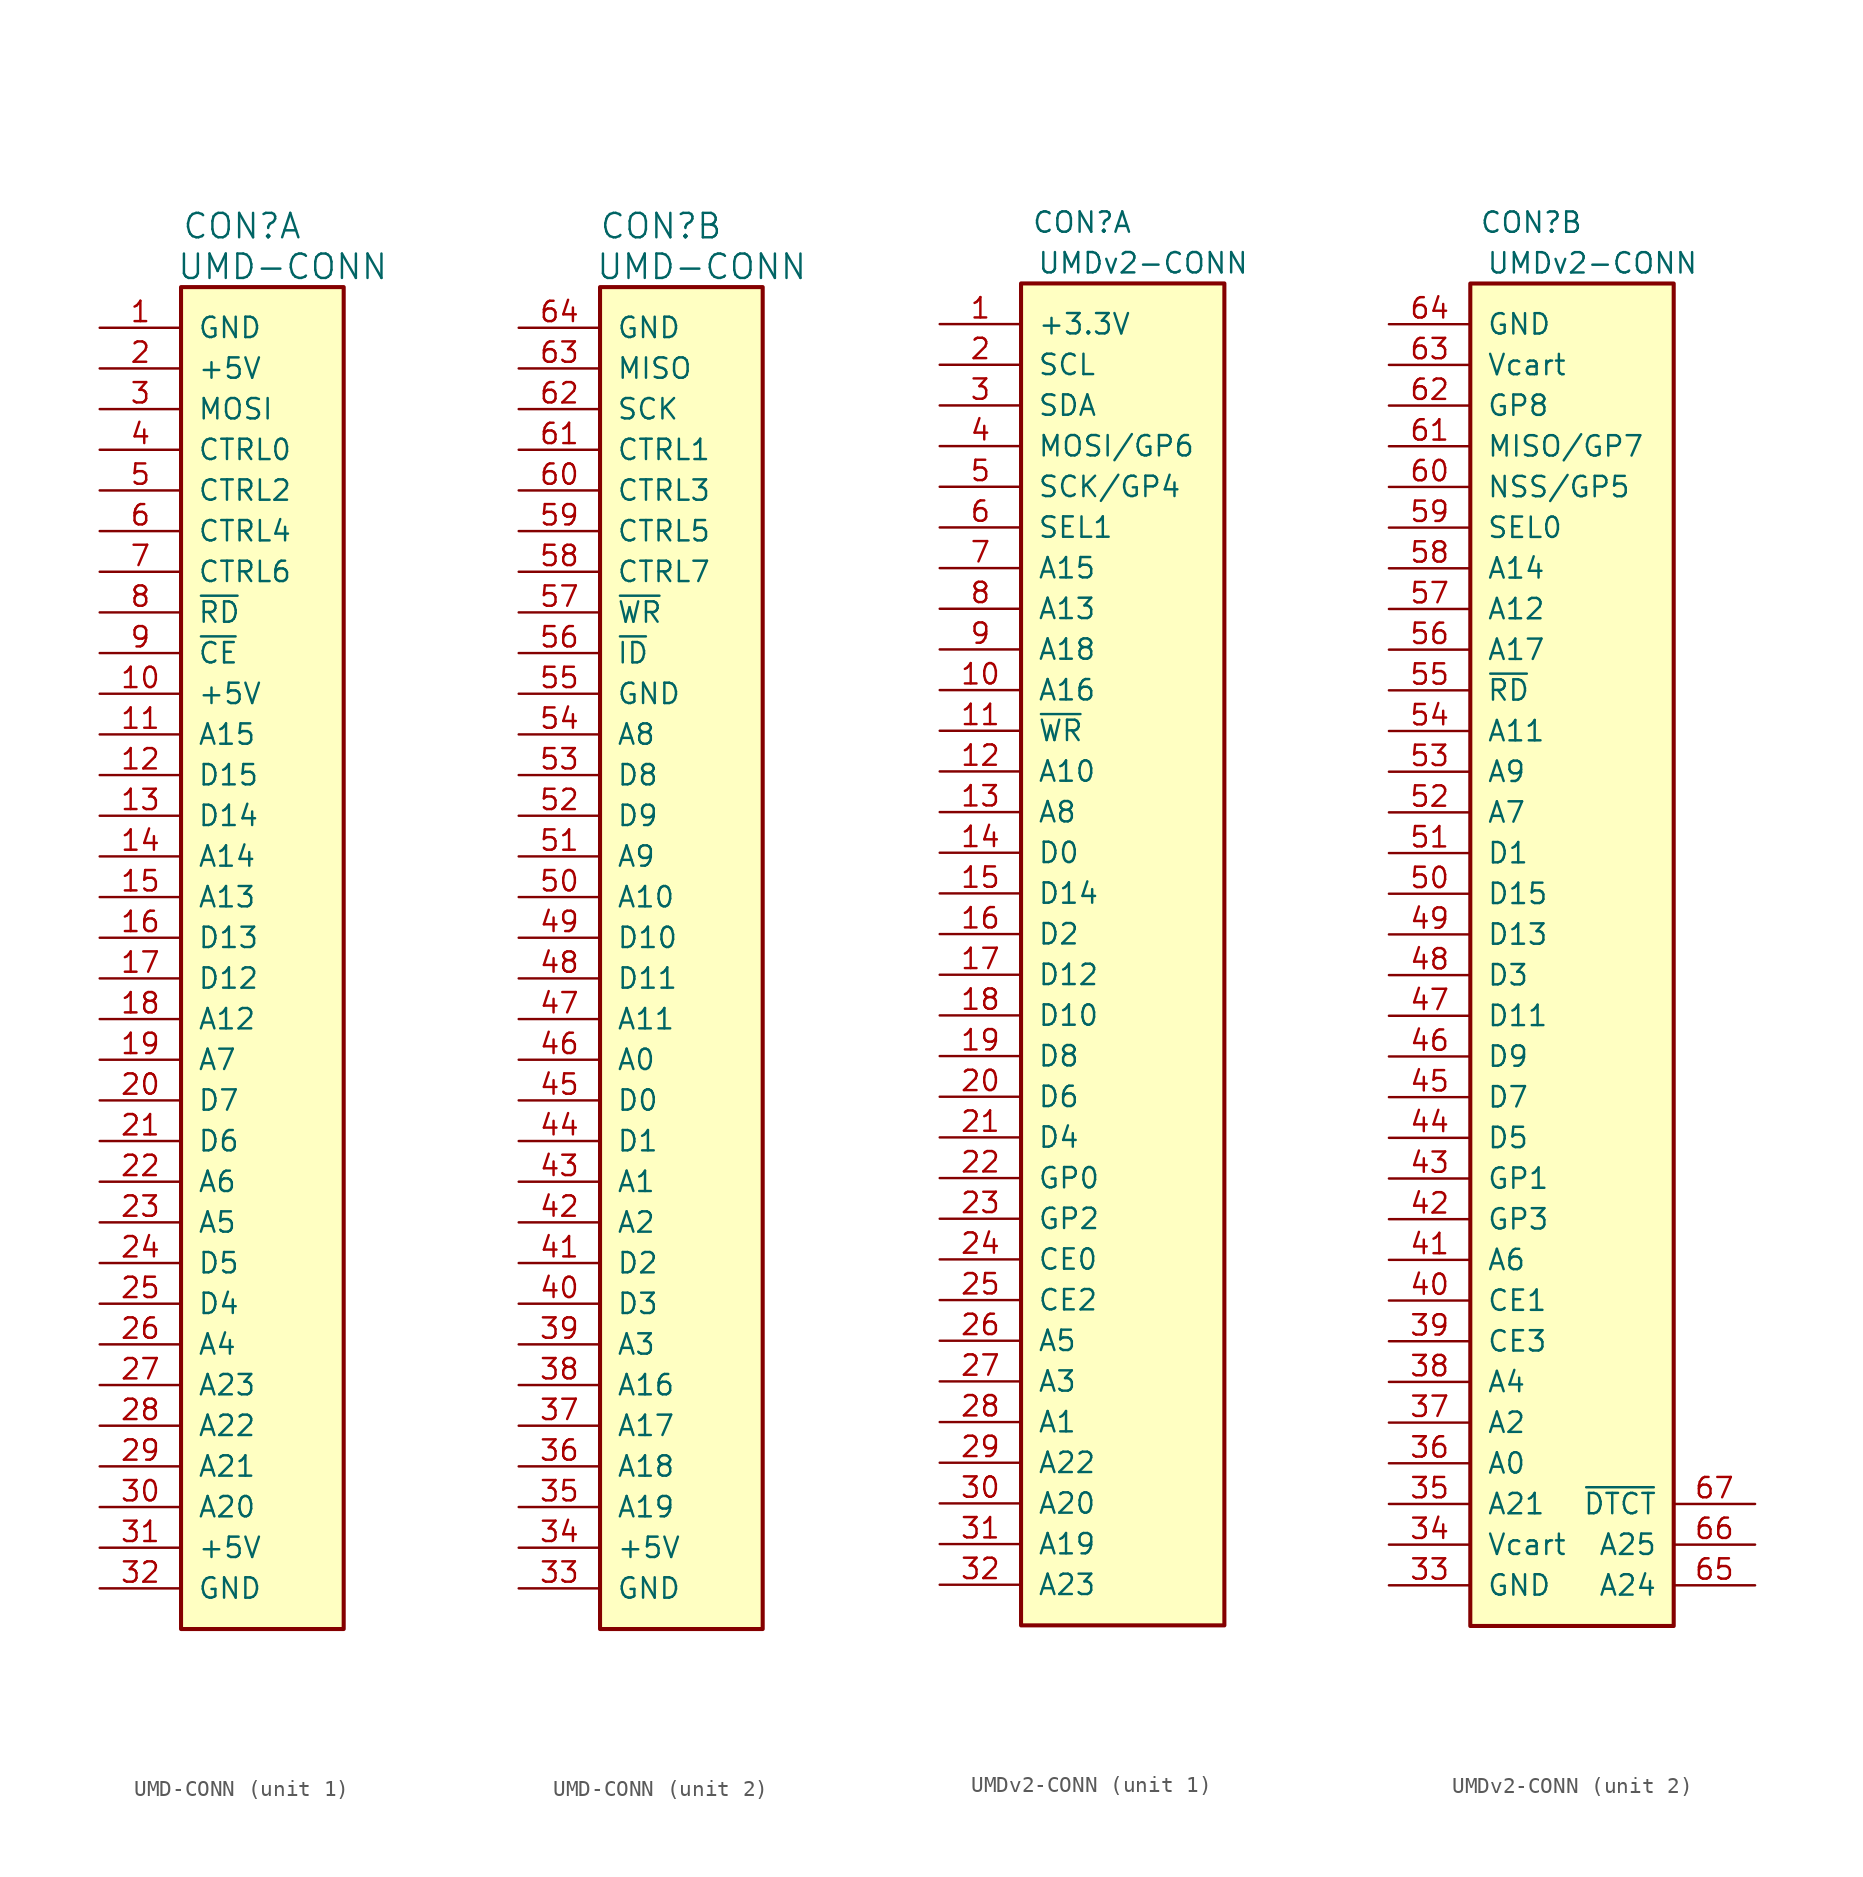
<source format=kicad_sym>
(kicad_symbol_lib
  (version 20220914)
  (generator kicad_symbol_editor)
  (symbol "UMD-CONN"
    (pin_names
      (offset 1.016))
    (property "Reference" "CON"
      (at 3.81 87.63 0)
      (effects (font (size 1.524 1.524))))
    (property "Value" "UMD-CONN"
      (at 6.35 85.09 0)
      (effects (font (size 1.524 1.524))))
    (property "ki_locked" ""
      (at 0 0 0)
      (effects (font (size 1.27 1.27))))
    (symbol "UMD-CONN_0_1"
      (rectangle (start 0 83.82) (end 10.16 0) (stroke (width 0.254) (type default)) (fill (type background))))
    (symbol "UMD-CONN_1_1"
      (pin passive line (at -5.08 81.28 0) (length 5.08) (name "GND" (effects (font (size 1.27 1.27)))) (number "1" (effects (font (size 1.27 1.27)))))
      (pin passive line (at -5.08 58.42 0) (length 5.08) (name "+5V" (effects (font (size 1.27 1.27)))) (number "10" (effects (font (size 1.27 1.27)))))
      (pin passive line (at -5.08 55.88 0) (length 5.08) (name "A15" (effects (font (size 1.27 1.27)))) (number "11" (effects (font (size 1.27 1.27)))))
      (pin passive line (at -5.08 53.34 0) (length 5.08) (name "D15" (effects (font (size 1.27 1.27)))) (number "12" (effects (font (size 1.27 1.27)))))
      (pin passive line (at -5.08 50.8 0) (length 5.08) (name "D14" (effects (font (size 1.27 1.27)))) (number "13" (effects (font (size 1.27 1.27)))))
      (pin passive line (at -5.08 48.26 0) (length 5.08) (name "A14" (effects (font (size 1.27 1.27)))) (number "14" (effects (font (size 1.27 1.27)))))
      (pin passive line (at -5.08 45.72 0) (length 5.08) (name "A13" (effects (font (size 1.27 1.27)))) (number "15" (effects (font (size 1.27 1.27)))))
      (pin passive line (at -5.08 43.18 0) (length 5.08) (name "D13" (effects (font (size 1.27 1.27)))) (number "16" (effects (font (size 1.27 1.27)))))
      (pin passive line (at -5.08 40.64 0) (length 5.08) (name "D12" (effects (font (size 1.27 1.27)))) (number "17" (effects (font (size 1.27 1.27)))))
      (pin passive line (at -5.08 38.1 0) (length 5.08) (name "A12" (effects (font (size 1.27 1.27)))) (number "18" (effects (font (size 1.27 1.27)))))
      (pin passive line (at -5.08 35.56 0) (length 5.08) (name "A7" (effects (font (size 1.27 1.27)))) (number "19" (effects (font (size 1.27 1.27)))))
      (pin passive line (at -5.08 78.74 0) (length 5.08) (name "+5V" (effects (font (size 1.27 1.27)))) (number "2" (effects (font (size 1.27 1.27)))))
      (pin passive line (at -5.08 33.02 0) (length 5.08) (name "D7" (effects (font (size 1.27 1.27)))) (number "20" (effects (font (size 1.27 1.27)))))
      (pin passive line (at -5.08 30.48 0) (length 5.08) (name "D6" (effects (font (size 1.27 1.27)))) (number "21" (effects (font (size 1.27 1.27)))))
      (pin passive line (at -5.08 27.94 0) (length 5.08) (name "A6" (effects (font (size 1.27 1.27)))) (number "22" (effects (font (size 1.27 1.27)))))
      (pin passive line (at -5.08 25.4 0) (length 5.08) (name "A5" (effects (font (size 1.27 1.27)))) (number "23" (effects (font (size 1.27 1.27)))))
      (pin passive line (at -5.08 22.86 0) (length 5.08) (name "D5" (effects (font (size 1.27 1.27)))) (number "24" (effects (font (size 1.27 1.27)))))
      (pin passive line (at -5.08 20.32 0) (length 5.08) (name "D4" (effects (font (size 1.27 1.27)))) (number "25" (effects (font (size 1.27 1.27)))))
      (pin passive line (at -5.08 17.78 0) (length 5.08) (name "A4" (effects (font (size 1.27 1.27)))) (number "26" (effects (font (size 1.27 1.27)))))
      (pin passive line (at -5.08 15.24 0) (length 5.08) (name "A23" (effects (font (size 1.27 1.27)))) (number "27" (effects (font (size 1.27 1.27)))))
      (pin passive line (at -5.08 12.7 0) (length 5.08) (name "A22" (effects (font (size 1.27 1.27)))) (number "28" (effects (font (size 1.27 1.27)))))
      (pin passive line (at -5.08 10.16 0) (length 5.08) (name "A21" (effects (font (size 1.27 1.27)))) (number "29" (effects (font (size 1.27 1.27)))))
      (pin passive line (at -5.08 76.2 0) (length 5.08) (name "MOSI" (effects (font (size 1.27 1.27)))) (number "3" (effects (font (size 1.27 1.27)))))
      (pin passive line (at -5.08 7.62 0) (length 5.08) (name "A20" (effects (font (size 1.27 1.27)))) (number "30" (effects (font (size 1.27 1.27)))))
      (pin passive line (at -5.08 5.08 0) (length 5.08) (name "+5V" (effects (font (size 1.27 1.27)))) (number "31" (effects (font (size 1.27 1.27)))))
      (pin passive line (at -5.08 2.54 0) (length 5.08) (name "GND" (effects (font (size 1.27 1.27)))) (number "32" (effects (font (size 1.27 1.27)))))
      (pin passive line (at -5.08 73.66 0) (length 5.08) (name "CTRL0" (effects (font (size 1.27 1.27)))) (number "4" (effects (font (size 1.27 1.27)))))
      (pin passive line (at -5.08 71.12 0) (length 5.08) (name "CTRL2" (effects (font (size 1.27 1.27)))) (number "5" (effects (font (size 1.27 1.27)))))
      (pin passive line (at -5.08 68.58 0) (length 5.08) (name "CTRL4" (effects (font (size 1.27 1.27)))) (number "6" (effects (font (size 1.27 1.27)))))
      (pin passive line (at -5.08 66.04 0) (length 5.08) (name "CTRL6" (effects (font (size 1.27 1.27)))) (number "7" (effects (font (size 1.27 1.27)))))
      (pin passive line (at -5.08 63.5 0) (length 5.08) (name "~{RD}" (effects (font (size 1.27 1.27)))) (number "8" (effects (font (size 1.27 1.27)))))
      (pin passive line (at -5.08 60.96 0) (length 5.08) (name "~{CE}" (effects (font (size 1.27 1.27)))) (number "9" (effects (font (size 1.27 1.27))))))
    (symbol "UMD-CONN_2_1"
      (pin passive line (at -5.08 2.54 0) (length 5.08) (name "GND" (effects (font (size 1.27 1.27)))) (number "33" (effects (font (size 1.27 1.27)))))
      (pin passive line (at -5.08 5.08 0) (length 5.08) (name "+5V" (effects (font (size 1.27 1.27)))) (number "34" (effects (font (size 1.27 1.27)))))
      (pin passive line (at -5.08 7.62 0) (length 5.08) (name "A19" (effects (font (size 1.27 1.27)))) (number "35" (effects (font (size 1.27 1.27)))))
      (pin passive line (at -5.08 10.16 0) (length 5.08) (name "A18" (effects (font (size 1.27 1.27)))) (number "36" (effects (font (size 1.27 1.27)))))
      (pin passive line (at -5.08 12.7 0) (length 5.08) (name "A17" (effects (font (size 1.27 1.27)))) (number "37" (effects (font (size 1.27 1.27)))))
      (pin passive line (at -5.08 15.24 0) (length 5.08) (name "A16" (effects (font (size 1.27 1.27)))) (number "38" (effects (font (size 1.27 1.27)))))
      (pin passive line (at -5.08 17.78 0) (length 5.08) (name "A3" (effects (font (size 1.27 1.27)))) (number "39" (effects (font (size 1.27 1.27)))))
      (pin passive line (at -5.08 20.32 0) (length 5.08) (name "D3" (effects (font (size 1.27 1.27)))) (number "40" (effects (font (size 1.27 1.27)))))
      (pin passive line (at -5.08 22.86 0) (length 5.08) (name "D2" (effects (font (size 1.27 1.27)))) (number "41" (effects (font (size 1.27 1.27)))))
      (pin passive line (at -5.08 25.4 0) (length 5.08) (name "A2" (effects (font (size 1.27 1.27)))) (number "42" (effects (font (size 1.27 1.27)))))
      (pin passive line (at -5.08 27.94 0) (length 5.08) (name "A1" (effects (font (size 1.27 1.27)))) (number "43" (effects (font (size 1.27 1.27)))))
      (pin passive line (at -5.08 30.48 0) (length 5.08) (name "D1" (effects (font (size 1.27 1.27)))) (number "44" (effects (font (size 1.27 1.27)))))
      (pin passive line (at -5.08 33.02 0) (length 5.08) (name "D0" (effects (font (size 1.27 1.27)))) (number "45" (effects (font (size 1.27 1.27)))))
      (pin passive line (at -5.08 35.56 0) (length 5.08) (name "A0" (effects (font (size 1.27 1.27)))) (number "46" (effects (font (size 1.27 1.27)))))
      (pin passive line (at -5.08 38.1 0) (length 5.08) (name "A11" (effects (font (size 1.27 1.27)))) (number "47" (effects (font (size 1.27 1.27)))))
      (pin passive line (at -5.08 40.64 0) (length 5.08) (name "D11" (effects (font (size 1.27 1.27)))) (number "48" (effects (font (size 1.27 1.27)))))
      (pin passive line (at -5.08 43.18 0) (length 5.08) (name "D10" (effects (font (size 1.27 1.27)))) (number "49" (effects (font (size 1.27 1.27)))))
      (pin passive line (at -5.08 45.72 0) (length 5.08) (name "A10" (effects (font (size 1.27 1.27)))) (number "50" (effects (font (size 1.27 1.27)))))
      (pin passive line (at -5.08 48.26 0) (length 5.08) (name "A9" (effects (font (size 1.27 1.27)))) (number "51" (effects (font (size 1.27 1.27)))))
      (pin passive line (at -5.08 50.8 0) (length 5.08) (name "D9" (effects (font (size 1.27 1.27)))) (number "52" (effects (font (size 1.27 1.27)))))
      (pin passive line (at -5.08 53.34 0) (length 5.08) (name "D8" (effects (font (size 1.27 1.27)))) (number "53" (effects (font (size 1.27 1.27)))))
      (pin passive line (at -5.08 55.88 0) (length 5.08) (name "A8" (effects (font (size 1.27 1.27)))) (number "54" (effects (font (size 1.27 1.27)))))
      (pin passive line (at -5.08 58.42 0) (length 5.08) (name "GND" (effects (font (size 1.27 1.27)))) (number "55" (effects (font (size 1.27 1.27)))))
      (pin passive line (at -5.08 60.96 0) (length 5.08) (name "~{ID}" (effects (font (size 1.27 1.27)))) (number "56" (effects (font (size 1.27 1.27)))))
      (pin passive line (at -5.08 63.5 0) (length 5.08) (name "~{WR}" (effects (font (size 1.27 1.27)))) (number "57" (effects (font (size 1.27 1.27)))))
      (pin passive line (at -5.08 66.04 0) (length 5.08) (name "CTRL7" (effects (font (size 1.27 1.27)))) (number "58" (effects (font (size 1.27 1.27)))))
      (pin passive line (at -5.08 68.58 0) (length 5.08) (name "CTRL5" (effects (font (size 1.27 1.27)))) (number "59" (effects (font (size 1.27 1.27)))))
      (pin passive line (at -5.08 71.12 0) (length 5.08) (name "CTRL3" (effects (font (size 1.27 1.27)))) (number "60" (effects (font (size 1.27 1.27)))))
      (pin passive line (at -5.08 73.66 0) (length 5.08) (name "CTRL1" (effects (font (size 1.27 1.27)))) (number "61" (effects (font (size 1.27 1.27)))))
      (pin passive line (at -5.08 76.2 0) (length 5.08) (name "SCK" (effects (font (size 1.27 1.27)))) (number "62" (effects (font (size 1.27 1.27)))))
      (pin passive line (at -5.08 78.74 0) (length 5.08) (name "MISO" (effects (font (size 1.27 1.27)))) (number "63" (effects (font (size 1.27 1.27)))))
      (pin passive line (at -5.08 81.28 0) (length 5.08) (name "GND" (effects (font (size 1.27 1.27)))) (number "64" (effects (font (size 1.27 1.27)))))))
  (symbol "UMDv2-CONN"
    (pin_names
      (offset 1.016))
    (property "Reference" "CON"
      (at 3.81 87.63 0)
      (effects (font (size 1.27 1.27))))
    (property "Value" "UMDv2-CONN"
      (at 7.62 85.09 0)
      (effects (font (size 1.27 1.27))))
    (property "ki_locked" ""
      (at 0 0 0)
      (effects (font (size 1.27 1.27))))
    (symbol "UMDv2-CONN_0_1"
      (rectangle (start 0 83.82) (end 12.7 0) (stroke (width 0.254) (type default)) (fill (type background))))
    (symbol "UMDv2-CONN_1_1"
      (pin power_in line (at -5.08 81.28 0) (length 5.08) (name "+3.3V" (effects (font (size 1.27 1.27)))) (number "1" (effects (font (size 1.27 1.27)))))
      (pin passive line (at -5.08 58.42 0) (length 5.08) (name "A16" (effects (font (size 1.27 1.27)))) (number "10" (effects (font (size 1.27 1.27)))))
      (pin passive line (at -5.08 55.88 0) (length 5.08) (name "~{WR}" (effects (font (size 1.27 1.27)))) (number "11" (effects (font (size 1.27 1.27)))))
      (pin passive line (at -5.08 53.34 0) (length 5.08) (name "A10" (effects (font (size 1.27 1.27)))) (number "12" (effects (font (size 1.27 1.27)))))
      (pin passive line (at -5.08 50.8 0) (length 5.08) (name "A8" (effects (font (size 1.27 1.27)))) (number "13" (effects (font (size 1.27 1.27)))))
      (pin passive line (at -5.08 48.26 0) (length 5.08) (name "D0" (effects (font (size 1.27 1.27)))) (number "14" (effects (font (size 1.27 1.27)))))
      (pin passive line (at -5.08 45.72 0) (length 5.08) (name "D14" (effects (font (size 1.27 1.27)))) (number "15" (effects (font (size 1.27 1.27)))))
      (pin passive line (at -5.08 43.18 0) (length 5.08) (name "D2" (effects (font (size 1.27 1.27)))) (number "16" (effects (font (size 1.27 1.27)))))
      (pin passive line (at -5.08 40.64 0) (length 5.08) (name "D12" (effects (font (size 1.27 1.27)))) (number "17" (effects (font (size 1.27 1.27)))))
      (pin passive line (at -5.08 38.1 0) (length 5.08) (name "D10" (effects (font (size 1.27 1.27)))) (number "18" (effects (font (size 1.27 1.27)))))
      (pin passive line (at -5.08 35.56 0) (length 5.08) (name "D8" (effects (font (size 1.27 1.27)))) (number "19" (effects (font (size 1.27 1.27)))))
      (pin passive line (at -5.08 78.74 0) (length 5.08) (name "SCL" (effects (font (size 1.27 1.27)))) (number "2" (effects (font (size 1.27 1.27)))))
      (pin passive line (at -5.08 33.02 0) (length 5.08) (name "D6" (effects (font (size 1.27 1.27)))) (number "20" (effects (font (size 1.27 1.27)))))
      (pin passive line (at -5.08 30.48 0) (length 5.08) (name "D4" (effects (font (size 1.27 1.27)))) (number "21" (effects (font (size 1.27 1.27)))))
      (pin passive line (at -5.08 27.94 0) (length 5.08) (name "GP0" (effects (font (size 1.27 1.27)))) (number "22" (effects (font (size 1.27 1.27)))))
      (pin passive line (at -5.08 25.4 0) (length 5.08) (name "GP2" (effects (font (size 1.27 1.27)))) (number "23" (effects (font (size 1.27 1.27)))))
      (pin passive line (at -5.08 22.86 0) (length 5.08) (name "CE0" (effects (font (size 1.27 1.27)))) (number "24" (effects (font (size 1.27 1.27)))))
      (pin passive line (at -5.08 20.32 0) (length 5.08) (name "CE2" (effects (font (size 1.27 1.27)))) (number "25" (effects (font (size 1.27 1.27)))))
      (pin passive line (at -5.08 17.78 0) (length 5.08) (name "A5" (effects (font (size 1.27 1.27)))) (number "26" (effects (font (size 1.27 1.27)))))
      (pin passive line (at -5.08 15.24 0) (length 5.08) (name "A3" (effects (font (size 1.27 1.27)))) (number "27" (effects (font (size 1.27 1.27)))))
      (pin passive line (at -5.08 12.7 0) (length 5.08) (name "A1" (effects (font (size 1.27 1.27)))) (number "28" (effects (font (size 1.27 1.27)))))
      (pin passive line (at -5.08 10.16 0) (length 5.08) (name "A22" (effects (font (size 1.27 1.27)))) (number "29" (effects (font (size 1.27 1.27)))))
      (pin passive line (at -5.08 76.2 0) (length 5.08) (name "SDA" (effects (font (size 1.27 1.27)))) (number "3" (effects (font (size 1.27 1.27)))))
      (pin passive line (at -5.08 7.62 0) (length 5.08) (name "A20" (effects (font (size 1.27 1.27)))) (number "30" (effects (font (size 1.27 1.27)))))
      (pin passive line (at -5.08 5.08 0) (length 5.08) (name "A19" (effects (font (size 1.27 1.27)))) (number "31" (effects (font (size 1.27 1.27)))))
      (pin passive line (at -5.08 2.54 0) (length 5.08) (name "A23" (effects (font (size 1.27 1.27)))) (number "32" (effects (font (size 1.27 1.27)))))
      (pin passive line (at -5.08 73.66 0) (length 5.08) (name "MOSI/GP6" (effects (font (size 1.27 1.27)))) (number "4" (effects (font (size 1.27 1.27)))))
      (pin passive line (at -5.08 71.12 0) (length 5.08) (name "SCK/GP4" (effects (font (size 1.27 1.27)))) (number "5" (effects (font (size 1.27 1.27)))))
      (pin passive line (at -5.08 68.58 0) (length 5.08) (name "SEL1" (effects (font (size 1.27 1.27)))) (number "6" (effects (font (size 1.27 1.27)))))
      (pin passive line (at -5.08 66.04 0) (length 5.08) (name "A15" (effects (font (size 1.27 1.27)))) (number "7" (effects (font (size 1.27 1.27)))))
      (pin passive line (at -5.08 63.5 0) (length 5.08) (name "A13" (effects (font (size 1.27 1.27)))) (number "8" (effects (font (size 1.27 1.27)))))
      (pin passive line (at -5.08 60.96 0) (length 5.08) (name "A18" (effects (font (size 1.27 1.27)))) (number "9" (effects (font (size 1.27 1.27))))))
    (symbol "UMDv2-CONN_2_1"
      (pin power_in line (at -5.08 2.54 0) (length 5.08) (name "GND" (effects (font (size 1.27 1.27)))) (number "33" (effects (font (size 1.27 1.27)))))
      (pin power_in line (at -5.08 5.08 0) (length 5.08) (name "Vcart" (effects (font (size 1.27 1.27)))) (number "34" (effects (font (size 1.27 1.27)))))
      (pin passive line (at -5.08 7.62 0) (length 5.08) (name "A21" (effects (font (size 1.27 1.27)))) (number "35" (effects (font (size 1.27 1.27)))))
      (pin passive line (at -5.08 10.16 0) (length 5.08) (name "A0" (effects (font (size 1.27 1.27)))) (number "36" (effects (font (size 1.27 1.27)))))
      (pin passive line (at -5.08 12.7 0) (length 5.08) (name "A2" (effects (font (size 1.27 1.27)))) (number "37" (effects (font (size 1.27 1.27)))))
      (pin passive line (at -5.08 15.24 0) (length 5.08) (name "A4" (effects (font (size 1.27 1.27)))) (number "38" (effects (font (size 1.27 1.27)))))
      (pin passive line (at -5.08 17.78 0) (length 5.08) (name "CE3" (effects (font (size 1.27 1.27)))) (number "39" (effects (font (size 1.27 1.27)))))
      (pin passive line (at -5.08 20.32 0) (length 5.08) (name "CE1" (effects (font (size 1.27 1.27)))) (number "40" (effects (font (size 1.27 1.27)))))
      (pin passive line (at -5.08 22.86 0) (length 5.08) (name "A6" (effects (font (size 1.27 1.27)))) (number "41" (effects (font (size 1.27 1.27)))))
      (pin passive line (at -5.08 25.4 0) (length 5.08) (name "GP3" (effects (font (size 1.27 1.27)))) (number "42" (effects (font (size 1.27 1.27)))))
      (pin passive line (at -5.08 27.94 0) (length 5.08) (name "GP1" (effects (font (size 1.27 1.27)))) (number "43" (effects (font (size 1.27 1.27)))))
      (pin passive line (at -5.08 30.48 0) (length 5.08) (name "D5" (effects (font (size 1.27 1.27)))) (number "44" (effects (font (size 1.27 1.27)))))
      (pin passive line (at -5.08 33.02 0) (length 5.08) (name "D7" (effects (font (size 1.27 1.27)))) (number "45" (effects (font (size 1.27 1.27)))))
      (pin passive line (at -5.08 35.56 0) (length 5.08) (name "D9" (effects (font (size 1.27 1.27)))) (number "46" (effects (font (size 1.27 1.27)))))
      (pin passive line (at -5.08 38.1 0) (length 5.08) (name "D11" (effects (font (size 1.27 1.27)))) (number "47" (effects (font (size 1.27 1.27)))))
      (pin passive line (at -5.08 40.64 0) (length 5.08) (name "D3" (effects (font (size 1.27 1.27)))) (number "48" (effects (font (size 1.27 1.27)))))
      (pin passive line (at -5.08 43.18 0) (length 5.08) (name "D13" (effects (font (size 1.27 1.27)))) (number "49" (effects (font (size 1.27 1.27)))))
      (pin passive line (at -5.08 45.72 0) (length 5.08) (name "D15" (effects (font (size 1.27 1.27)))) (number "50" (effects (font (size 1.27 1.27)))))
      (pin passive line (at -5.08 48.26 0) (length 5.08) (name "D1" (effects (font (size 1.27 1.27)))) (number "51" (effects (font (size 1.27 1.27)))))
      (pin passive line (at -5.08 50.8 0) (length 5.08) (name "A7" (effects (font (size 1.27 1.27)))) (number "52" (effects (font (size 1.27 1.27)))))
      (pin passive line (at -5.08 53.34 0) (length 5.08) (name "A9" (effects (font (size 1.27 1.27)))) (number "53" (effects (font (size 1.27 1.27)))))
      (pin passive line (at -5.08 55.88 0) (length 5.08) (name "A11" (effects (font (size 1.27 1.27)))) (number "54" (effects (font (size 1.27 1.27)))))
      (pin passive line (at -5.08 58.42 0) (length 5.08) (name "~{RD}" (effects (font (size 1.27 1.27)))) (number "55" (effects (font (size 1.27 1.27)))))
      (pin passive line (at -5.08 60.96 0) (length 5.08) (name "A17" (effects (font (size 1.27 1.27)))) (number "56" (effects (font (size 1.27 1.27)))))
      (pin passive line (at -5.08 63.5 0) (length 5.08) (name "A12" (effects (font (size 1.27 1.27)))) (number "57" (effects (font (size 1.27 1.27)))))
      (pin passive line (at -5.08 66.04 0) (length 5.08) (name "A14" (effects (font (size 1.27 1.27)))) (number "58" (effects (font (size 1.27 1.27)))))
      (pin passive line (at -5.08 68.58 0) (length 5.08) (name "SEL0" (effects (font (size 1.27 1.27)))) (number "59" (effects (font (size 1.27 1.27)))))
      (pin passive line (at -5.08 71.12 0) (length 5.08) (name "NSS/GP5" (effects (font (size 1.27 1.27)))) (number "60" (effects (font (size 1.27 1.27)))))
      (pin passive line (at -5.08 73.66 0) (length 5.08) (name "MISO/GP7" (effects (font (size 1.27 1.27)))) (number "61" (effects (font (size 1.27 1.27)))))
      (pin passive line (at -5.08 76.2 0) (length 5.08) (name "GP8" (effects (font (size 1.27 1.27)))) (number "62" (effects (font (size 1.27 1.27)))))
      (pin power_in line (at -5.08 78.74 0) (length 5.08) (name "Vcart" (effects (font (size 1.27 1.27)))) (number "63" (effects (font (size 1.27 1.27)))))
      (pin power_in line (at -5.08 81.28 0) (length 5.08) (name "GND" (effects (font (size 1.27 1.27)))) (number "64" (effects (font (size 1.27 1.27)))))
      (pin passive line (at 17.78 2.54 180) (length 5.08) (name "A24" (effects (font (size 1.27 1.27)))) (number "65" (effects (font (size 1.27 1.27)))))
      (pin passive line (at 17.78 5.08 180) (length 5.08) (name "A25" (effects (font (size 1.27 1.27)))) (number "66" (effects (font (size 1.27 1.27)))))
      (pin passive line (at 17.78 7.62 180) (length 5.08) (name "~{DTCT}" (effects (font (size 1.27 1.27)))) (number "67" (effects (font (size 1.27 1.27))))))))
</source>
